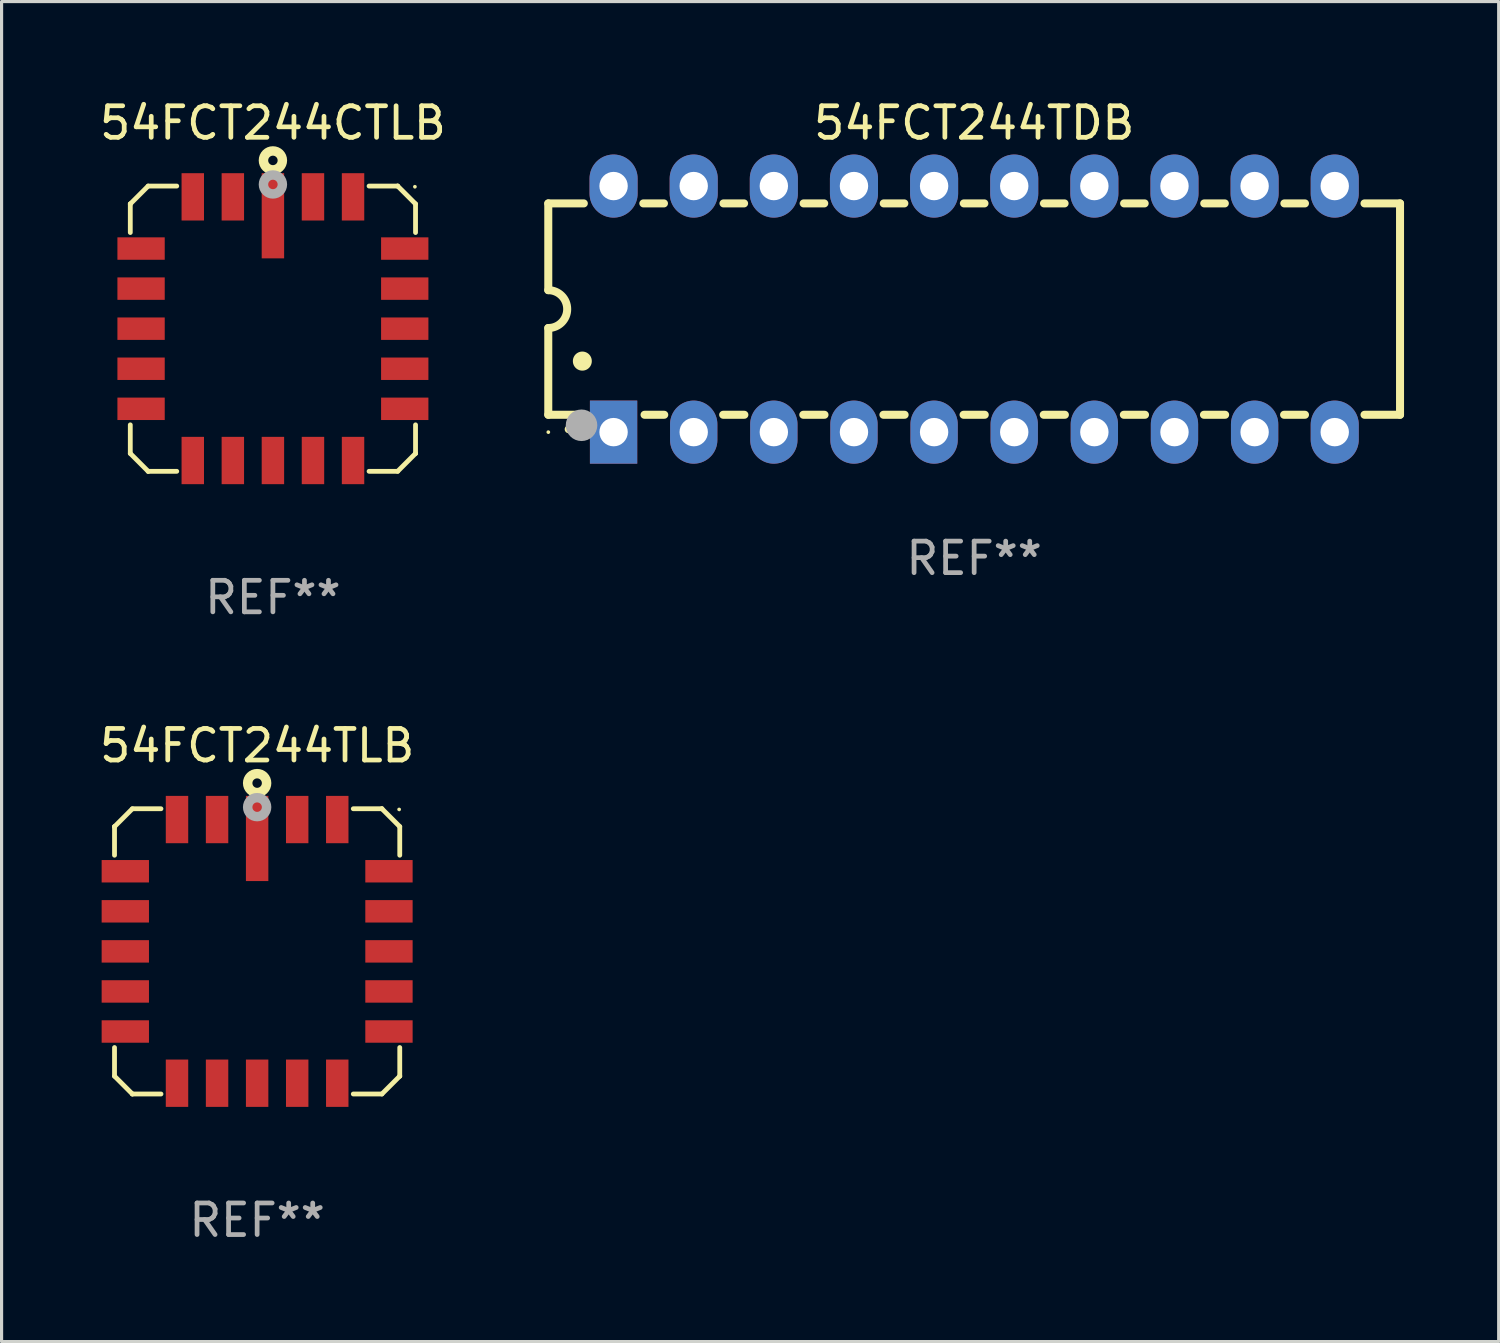
<source format=kicad_pcb>
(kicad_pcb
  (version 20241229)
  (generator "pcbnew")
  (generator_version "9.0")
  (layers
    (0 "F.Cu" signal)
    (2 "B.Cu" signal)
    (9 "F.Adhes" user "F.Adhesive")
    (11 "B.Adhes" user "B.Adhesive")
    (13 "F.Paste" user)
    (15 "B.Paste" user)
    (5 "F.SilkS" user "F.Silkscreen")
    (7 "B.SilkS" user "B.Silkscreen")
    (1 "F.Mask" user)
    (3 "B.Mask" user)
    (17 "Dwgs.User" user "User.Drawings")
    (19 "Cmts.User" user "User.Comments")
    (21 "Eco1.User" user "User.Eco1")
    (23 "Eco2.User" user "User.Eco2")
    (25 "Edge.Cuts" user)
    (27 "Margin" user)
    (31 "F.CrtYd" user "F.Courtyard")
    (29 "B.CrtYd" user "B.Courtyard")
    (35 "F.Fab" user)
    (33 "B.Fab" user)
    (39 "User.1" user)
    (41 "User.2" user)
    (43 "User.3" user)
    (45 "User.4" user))
  (footprint "54FCT244CTLB"
    (layer "F.Cu")
    (at 5.601 7.369)
    (property "Reference" "54FCT244CTLB" (at 0 -6.521 0) (layer "F.SilkS") (effects (font (size 1 1) (thickness 0.15))))
    (attr through_hole)
    (fp_line (start -4.521 -3.955) (end -3.955 -4.521) (stroke (width 0.152) (type solid)) (layer "F.SilkS"))
    (fp_line (start -4.521 -3.955) (end -4.521 -3.955) (stroke (width 0.152) (type solid)) (layer "F.SilkS"))
    (fp_line (start -4.521 -3.048) (end -4.521 -3.955) (stroke (width 0.152) (type solid)) (layer "F.SilkS"))
    (fp_line (start -4.521 3.955) (end -4.521 3.048) (stroke (width 0.152) (type solid)) (layer "F.SilkS"))
    (fp_line (start -3.955 -4.521) (end -3.048 -4.521) (stroke (width 0.152) (type solid)) (layer "F.SilkS"))
    (fp_line (start -3.955 4.521) (end -4.521 3.955) (stroke (width 0.152) (type solid)) (layer "F.SilkS"))
    (fp_line (start -3.955 4.521) (end -3.955 4.521) (stroke (width 0.152) (type solid)) (layer "F.SilkS"))
    (fp_line (start -3.048 4.521) (end -3.955 4.521) (stroke (width 0.152) (type solid)) (layer "F.SilkS"))
    (fp_line (start 3.048 -4.521) (end 3.955 -4.521) (stroke (width 0.152) (type solid)) (layer "F.SilkS"))
    (fp_line (start 3.955 -4.521) (end 3.955 -4.521) (stroke (width 0.152) (type solid)) (layer "F.SilkS"))
    (fp_line (start 3.955 -4.521) (end 4.521 -3.955) (stroke (width 0.152) (type solid)) (layer "F.SilkS"))
    (fp_line (start 3.955 4.521) (end 3.048 4.521) (stroke (width 0.152) (type solid)) (layer "F.SilkS"))
    (fp_line (start 4.521 -3.955) (end 4.521 -3.048) (stroke (width 0.152) (type solid)) (layer "F.SilkS"))
    (fp_line (start 4.521 3.048) (end 4.521 3.955) (stroke (width 0.152) (type solid)) (layer "F.SilkS"))
    (fp_line (start 4.521 3.955) (end 4.521 3.955) (stroke (width 0.152) (type solid)) (layer "F.SilkS"))
    (fp_line (start 4.521 3.955) (end 3.955 4.521) (stroke (width 0.152) (type solid)) (layer "F.SilkS"))
    (fp_circle (center 0.000025 -5.334) (end 0.15 -5.334) (stroke (width 0.3) (type solid)) (fill no) (layer "F.SilkS"))
    (fp_circle (center 4.5 -4.5) (end 4.53 -4.5) (stroke (width 0.06) (type solid)) (fill no) (layer "F.SilkS"))
    (fp_circle (center 0.000025 -4.572) (end 0.15 -4.572) (stroke (width 0.3) (type solid)) (fill no) (layer "F.Fab"))
    (fp_text user "REF**" (at 0 8.521 0) (layer "F.Fab") (effects (font (size 1 1) (thickness 0.15))))
    (pad "1" smd rect (at 0.000025 -3.579 90) (size 2.7 0.711) (layers "F.Cu" "F.Mask" "F.Paste"))
    (pad "2" smd rect (at -1.27 -4.179 90) (size 1.5 0.711) (layers "F.Cu" "F.Mask" "F.Paste"))
    (pad "3" smd rect (at -2.54 -4.179 90) (size 1.5 0.711) (layers "F.Cu" "F.Mask" "F.Paste"))
    (pad "4" smd rect (at -4.179 -2.54 90) (size 0.711 1.5) (layers "F.Cu" "F.Mask" "F.Paste"))
    (pad "5" smd rect (at -4.179 -1.27 90) (size 0.711 1.5) (layers "F.Cu" "F.Mask" "F.Paste"))
    (pad "6" smd rect (at -4.179 0.000025 90) (size 0.711 1.5) (layers "F.Cu" "F.Mask" "F.Paste"))
    (pad "7" smd rect (at -4.179 1.27 90) (size 0.711 1.5) (layers "F.Cu" "F.Mask" "F.Paste"))
    (pad "8" smd rect (at -4.179 2.54 90) (size 0.711 1.5) (layers "F.Cu" "F.Mask" "F.Paste"))
    (pad "9" smd rect (at -2.54 4.179 90) (size 1.5 0.711) (layers "F.Cu" "F.Mask" "F.Paste"))
    (pad "10" smd rect (at -1.27 4.179 90) (size 1.5 0.711) (layers "F.Cu" "F.Mask" "F.Paste"))
    (pad "11" smd rect (at 0.000025 4.179 90) (size 1.5 0.711) (layers "F.Cu" "F.Mask" "F.Paste"))
    (pad "12" smd rect (at 1.27 4.179 90) (size 1.5 0.711) (layers "F.Cu" "F.Mask" "F.Paste"))
    (pad "13" smd rect (at 2.54 4.179 90) (size 1.5 0.711) (layers "F.Cu" "F.Mask" "F.Paste"))
    (pad "14" smd rect (at 4.179 2.54 90) (size 0.711 1.5) (layers "F.Cu" "F.Mask" "F.Paste"))
    (pad "15" smd rect (at 4.179 1.27 90) (size 0.711 1.5) (layers "F.Cu" "F.Mask" "F.Paste"))
    (pad "16" smd rect (at 4.179 0.000025 90) (size 0.711 1.5) (layers "F.Cu" "F.Mask" "F.Paste"))
    (pad "17" smd rect (at 4.179 -1.27 90) (size 0.711 1.5) (layers "F.Cu" "F.Mask" "F.Paste"))
    (pad "18" smd rect (at 4.179 -2.54 90) (size 0.711 1.5) (layers "F.Cu" "F.Mask" "F.Paste"))
    (pad "19" smd rect (at 2.54 -4.179 90) (size 1.5 0.711) (layers "F.Cu" "F.Mask" "F.Paste"))
    (pad "20" smd rect (at 1.27 -4.179 90) (size 1.5 0.711) (layers "F.Cu" "F.Mask" "F.Paste")))
  (footprint "54FCT244TDB"
    (layer "F.Cu")
    (at 27.83 6.748)
    (property "Reference" "54FCT244TDB" (at 0 -5.9 0) (layer "F.SilkS") (effects (font (size 1 1) (thickness 0.15))))
    (attr through_hole)
    (fp_line (start -13.5 -3.35) (end -12.373 -3.35) (stroke (width 0.254) (type solid)) (layer "F.SilkS"))
    (fp_line (start -13.5 -0.6) (end -13.5 -3.35) (stroke (width 0.254) (type solid)) (layer "F.SilkS"))
    (fp_line (start -13.5 3.35) (end -13.5 0.6) (stroke (width 0.254) (type solid)) (layer "F.SilkS"))
    (fp_line (start -13.5 3.35) (end -12.411 3.35) (stroke (width 0.254) (type solid)) (layer "F.SilkS"))
    (fp_line (start -10.487 -3.35) (end -9.833 -3.35) (stroke (width 0.254) (type solid)) (layer "F.SilkS"))
    (fp_line (start -10.449 3.35) (end -9.824 3.35) (stroke (width 0.254) (type solid)) (layer "F.SilkS"))
    (fp_line (start -7.956 3.35) (end -7.284 3.35) (stroke (width 0.254) (type solid)) (layer "F.SilkS"))
    (fp_line (start -7.947 -3.35) (end -7.293 -3.35) (stroke (width 0.254) (type solid)) (layer "F.SilkS"))
    (fp_line (start -5.416 3.35) (end -4.744 3.35) (stroke (width 0.254) (type solid)) (layer "F.SilkS"))
    (fp_line (start -5.407 -3.35) (end -4.753 -3.35) (stroke (width 0.254) (type solid)) (layer "F.SilkS"))
    (fp_line (start -2.876 3.35) (end -2.204 3.35) (stroke (width 0.254) (type solid)) (layer "F.SilkS"))
    (fp_line (start -2.867 -3.35) (end -2.213 -3.35) (stroke (width 0.254) (type solid)) (layer "F.SilkS"))
    (fp_line (start -0.336 3.35) (end 0.336 3.35) (stroke (width 0.254) (type solid)) (layer "F.SilkS"))
    (fp_line (start -0.327 -3.35) (end 0.327 -3.35) (stroke (width 0.254) (type solid)) (layer "F.SilkS"))
    (fp_line (start 2.204 3.35) (end 2.876 3.35) (stroke (width 0.254) (type solid)) (layer "F.SilkS"))
    (fp_line (start 2.213 -3.35) (end 2.867 -3.35) (stroke (width 0.254) (type solid)) (layer "F.SilkS"))
    (fp_line (start 4.744 3.35) (end 5.416 3.35) (stroke (width 0.254) (type solid)) (layer "F.SilkS"))
    (fp_line (start 4.753 -3.35) (end 5.407 -3.35) (stroke (width 0.254) (type solid)) (layer "F.SilkS"))
    (fp_line (start 7.284 3.35) (end 7.956 3.35) (stroke (width 0.254) (type solid)) (layer "F.SilkS"))
    (fp_line (start 7.293 -3.35) (end 7.947 -3.35) (stroke (width 0.254) (type solid)) (layer "F.SilkS"))
    (fp_line (start 9.824 3.35) (end 10.487 3.35) (stroke (width 0.254) (type solid)) (layer "F.SilkS"))
    (fp_line (start 9.833 -3.35) (end 10.487 -3.35) (stroke (width 0.254) (type solid)) (layer "F.SilkS"))
    (fp_line (start 12.373 -3.35) (end 13.5 -3.35) (stroke (width 0.254) (type solid)) (layer "F.SilkS"))
    (fp_line (start 12.373 3.35) (end 13.5 3.35) (stroke (width 0.254) (type solid)) (layer "F.SilkS"))
    (fp_line (start 13.5 -3.35) (end 13.5 3.35) (stroke (width 0.254) (type solid)) (layer "F.SilkS"))
    (fp_arc (start -13.500127 -0.599442) (mid -12.900406 0.000228) (end -13.500025 0.6) (stroke (width 0.254001) (type solid)) (layer "F.SilkS"))
    (fp_arc (start -12.854966 3.810008) (mid -12.854973 3.808738) (end -12.854966 3.807468) (stroke (width 0.25) (type solid)) (layer "F.SilkS"))
    (fp_arc (start -12.420625 1.651003) (mid -12.420636 1.648463) (end -12.420625 1.645923) (stroke (width 0.6) (type solid)) (layer "F.SilkS"))
    (fp_circle (center -13.5 3.9) (end -13.47 3.9) (stroke (width 0.06) (type solid)) (fill no) (layer "F.SilkS"))
    (fp_circle (center -12.446 3.683) (end -12.196 3.683) (stroke (width 0.5) (type solid)) (fill no) (layer "F.Fab"))
    (fp_text user "REF**" (at 0 7.9 0) (layer "F.Fab") (effects (font (size 1 1) (thickness 0.15))))
    (pad "1" thru_hole rect (at -11.43 3.9 90) (size 2 1.5) (drill 0.9) (layers "*.Cu" "*.Mask"))
    (pad "2" thru_hole oval (at -8.89 3.9 90) (size 2 1.5) (drill 0.9) (layers "*.Cu" "*.Mask"))
    (pad "3" thru_hole oval (at -6.35 3.9 90) (size 2 1.5) (drill 0.9) (layers "*.Cu" "*.Mask"))
    (pad "4" thru_hole oval (at -3.81 3.9 90) (size 2 1.5) (drill 0.9) (layers "*.Cu" "*.Mask"))
    (pad "5" thru_hole oval (at -1.27 3.9 90) (size 2 1.5) (drill 0.9) (layers "*.Cu" "*.Mask"))
    (pad "6" thru_hole oval (at 1.27 3.9 90) (size 2 1.5) (drill 0.9) (layers "*.Cu" "*.Mask"))
    (pad "7" thru_hole oval (at 3.81 3.9 90) (size 2 1.5) (drill 0.9) (layers "*.Cu" "*.Mask"))
    (pad "8" thru_hole oval (at 6.35 3.9 90) (size 2 1.5) (drill 0.9) (layers "*.Cu" "*.Mask"))
    (pad "9" thru_hole oval (at 8.89 3.9 90) (size 2 1.5) (drill 0.9) (layers "*.Cu" "*.Mask"))
    (pad "10" thru_hole oval (at 11.43 3.9 90) (size 2 1.524) (drill 0.9) (layers "*.Cu" "*.Mask"))
    (pad "11" thru_hole oval (at 11.43 -3.9 90) (size 2 1.524) (drill 0.9) (layers "*.Cu" "*.Mask"))
    (pad "12" thru_hole oval (at 8.89 -3.9 90) (size 2 1.524) (drill 0.9) (layers "*.Cu" "*.Mask"))
    (pad "13" thru_hole oval (at 6.35 -3.9 90) (size 2 1.524) (drill 0.9) (layers "*.Cu" "*.Mask"))
    (pad "14" thru_hole oval (at 3.81 -3.9 90) (size 2 1.524) (drill 0.9) (layers "*.Cu" "*.Mask"))
    (pad "15" thru_hole oval (at 1.27 -3.9 90) (size 2 1.524) (drill 0.9) (layers "*.Cu" "*.Mask"))
    (pad "16" thru_hole oval (at -1.27 -3.9 90) (size 2 1.524) (drill 0.9) (layers "*.Cu" "*.Mask"))
    (pad "17" thru_hole oval (at -3.81 -3.9 90) (size 2 1.524) (drill 0.9) (layers "*.Cu" "*.Mask"))
    (pad "18" thru_hole oval (at -6.35 -3.9 90) (size 2 1.524) (drill 0.9) (layers "*.Cu" "*.Mask"))
    (pad "19" thru_hole oval (at -8.89 -3.9 90) (size 2 1.524) (drill 0.9) (layers "*.Cu" "*.Mask"))
    (pad "20" thru_hole oval (at -11.43 -3.9 90) (size 2 1.524) (drill 0.9) (layers "*.Cu" "*.Mask")))
  (footprint "54FCT244TLB"
    (layer "F.Cu")
    (at 5.101 27.108)
    (property "Reference" "54FCT244TLB" (at 0 -6.521 0) (layer "F.SilkS") (effects (font (size 1 1) (thickness 0.15))))
    (attr through_hole)
    (fp_line (start -4.521 -3.955) (end -3.955 -4.521) (stroke (width 0.152) (type solid)) (layer "F.SilkS"))
    (fp_line (start -4.521 -3.955) (end -4.521 -3.955) (stroke (width 0.152) (type solid)) (layer "F.SilkS"))
    (fp_line (start -4.521 -3.048) (end -4.521 -3.955) (stroke (width 0.152) (type solid)) (layer "F.SilkS"))
    (fp_line (start -4.521 3.955) (end -4.521 3.048) (stroke (width 0.152) (type solid)) (layer "F.SilkS"))
    (fp_line (start -3.955 -4.521) (end -3.048 -4.521) (stroke (width 0.152) (type solid)) (layer "F.SilkS"))
    (fp_line (start -3.955 4.521) (end -4.521 3.955) (stroke (width 0.152) (type solid)) (layer "F.SilkS"))
    (fp_line (start -3.955 4.521) (end -3.955 4.521) (stroke (width 0.152) (type solid)) (layer "F.SilkS"))
    (fp_line (start -3.048 4.521) (end -3.955 4.521) (stroke (width 0.152) (type solid)) (layer "F.SilkS"))
    (fp_line (start 3.048 -4.521) (end 3.955 -4.521) (stroke (width 0.152) (type solid)) (layer "F.SilkS"))
    (fp_line (start 3.955 -4.521) (end 3.955 -4.521) (stroke (width 0.152) (type solid)) (layer "F.SilkS"))
    (fp_line (start 3.955 -4.521) (end 4.521 -3.955) (stroke (width 0.152) (type solid)) (layer "F.SilkS"))
    (fp_line (start 3.955 4.521) (end 3.048 4.521) (stroke (width 0.152) (type solid)) (layer "F.SilkS"))
    (fp_line (start 4.521 -3.955) (end 4.521 -3.048) (stroke (width 0.152) (type solid)) (layer "F.SilkS"))
    (fp_line (start 4.521 3.048) (end 4.521 3.955) (stroke (width 0.152) (type solid)) (layer "F.SilkS"))
    (fp_line (start 4.521 3.955) (end 4.521 3.955) (stroke (width 0.152) (type solid)) (layer "F.SilkS"))
    (fp_line (start 4.521 3.955) (end 3.955 4.521) (stroke (width 0.152) (type solid)) (layer "F.SilkS"))
    (fp_circle (center 0.000025 -5.334) (end 0.15 -5.334) (stroke (width 0.3) (type solid)) (fill no) (layer "F.SilkS"))
    (fp_circle (center 4.5 -4.5) (end 4.53 -4.5) (stroke (width 0.06) (type solid)) (fill no) (layer "F.SilkS"))
    (fp_circle (center 0.000025 -4.572) (end 0.15 -4.572) (stroke (width 0.3) (type solid)) (fill no) (layer "F.Fab"))
    (fp_text user "REF**" (at 0 8.521 0) (layer "F.Fab") (effects (font (size 1 1) (thickness 0.15))))
    (pad "1" smd rect (at 0.000025 -3.579 90) (size 2.7 0.711) (layers "F.Cu" "F.Mask" "F.Paste"))
    (pad "2" smd rect (at -1.27 -4.179 90) (size 1.5 0.711) (layers "F.Cu" "F.Mask" "F.Paste"))
    (pad "3" smd rect (at -2.54 -4.179 90) (size 1.5 0.711) (layers "F.Cu" "F.Mask" "F.Paste"))
    (pad "4" smd rect (at -4.179 -2.54 90) (size 0.711 1.5) (layers "F.Cu" "F.Mask" "F.Paste"))
    (pad "5" smd rect (at -4.179 -1.27 90) (size 0.711 1.5) (layers "F.Cu" "F.Mask" "F.Paste"))
    (pad "6" smd rect (at -4.179 0.000025 90) (size 0.711 1.5) (layers "F.Cu" "F.Mask" "F.Paste"))
    (pad "7" smd rect (at -4.179 1.27 90) (size 0.711 1.5) (layers "F.Cu" "F.Mask" "F.Paste"))
    (pad "8" smd rect (at -4.179 2.54 90) (size 0.711 1.5) (layers "F.Cu" "F.Mask" "F.Paste"))
    (pad "9" smd rect (at -2.54 4.179 90) (size 1.5 0.711) (layers "F.Cu" "F.Mask" "F.Paste"))
    (pad "10" smd rect (at -1.27 4.179 90) (size 1.5 0.711) (layers "F.Cu" "F.Mask" "F.Paste"))
    (pad "11" smd rect (at 0.000025 4.179 90) (size 1.5 0.711) (layers "F.Cu" "F.Mask" "F.Paste"))
    (pad "12" smd rect (at 1.27 4.179 90) (size 1.5 0.711) (layers "F.Cu" "F.Mask" "F.Paste"))
    (pad "13" smd rect (at 2.54 4.179 90) (size 1.5 0.711) (layers "F.Cu" "F.Mask" "F.Paste"))
    (pad "14" smd rect (at 4.179 2.54 90) (size 0.711 1.5) (layers "F.Cu" "F.Mask" "F.Paste"))
    (pad "15" smd rect (at 4.179 1.27 90) (size 0.711 1.5) (layers "F.Cu" "F.Mask" "F.Paste"))
    (pad "16" smd rect (at 4.179 0.000025 90) (size 0.711 1.5) (layers "F.Cu" "F.Mask" "F.Paste"))
    (pad "17" smd rect (at 4.179 -1.27 90) (size 0.711 1.5) (layers "F.Cu" "F.Mask" "F.Paste"))
    (pad "18" smd rect (at 4.179 -2.54 90) (size 0.711 1.5) (layers "F.Cu" "F.Mask" "F.Paste"))
    (pad "19" smd rect (at 2.54 -4.179 90) (size 1.5 0.711) (layers "F.Cu" "F.Mask" "F.Paste"))
    (pad "20" smd rect (at 1.27 -4.179 90) (size 1.5 0.711) (layers "F.Cu" "F.Mask" "F.Paste")))
  (gr_rect
    (start -3 -3)
    (end 44.457 39.478)
    (stroke (width 0.1) (type default))
    (fill no)
    (layer "Edge.Cuts")))
</source>
